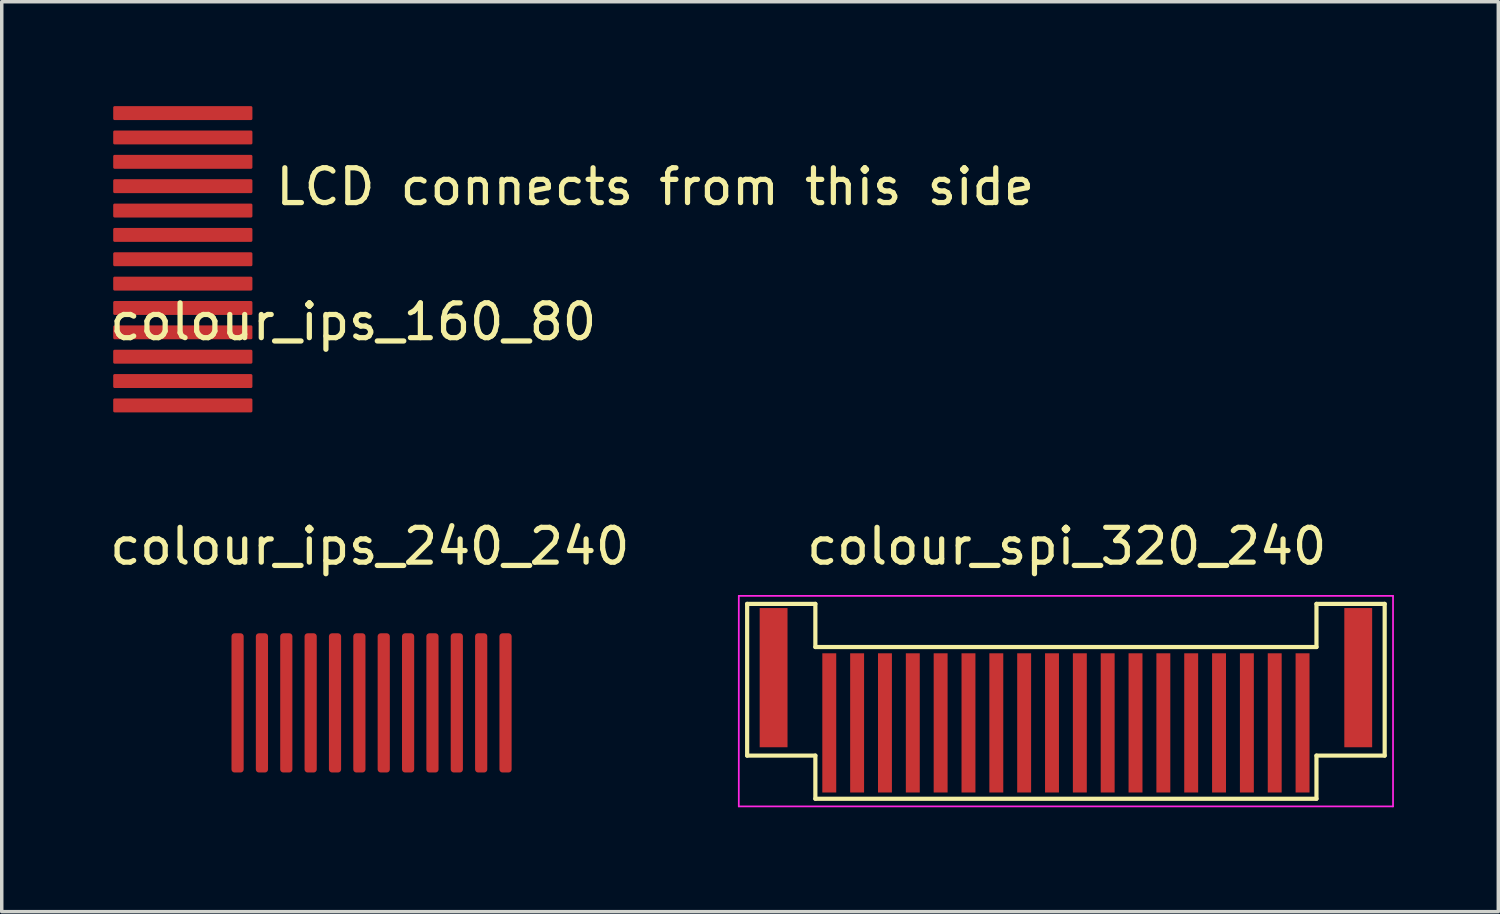
<source format=kicad_pcb>
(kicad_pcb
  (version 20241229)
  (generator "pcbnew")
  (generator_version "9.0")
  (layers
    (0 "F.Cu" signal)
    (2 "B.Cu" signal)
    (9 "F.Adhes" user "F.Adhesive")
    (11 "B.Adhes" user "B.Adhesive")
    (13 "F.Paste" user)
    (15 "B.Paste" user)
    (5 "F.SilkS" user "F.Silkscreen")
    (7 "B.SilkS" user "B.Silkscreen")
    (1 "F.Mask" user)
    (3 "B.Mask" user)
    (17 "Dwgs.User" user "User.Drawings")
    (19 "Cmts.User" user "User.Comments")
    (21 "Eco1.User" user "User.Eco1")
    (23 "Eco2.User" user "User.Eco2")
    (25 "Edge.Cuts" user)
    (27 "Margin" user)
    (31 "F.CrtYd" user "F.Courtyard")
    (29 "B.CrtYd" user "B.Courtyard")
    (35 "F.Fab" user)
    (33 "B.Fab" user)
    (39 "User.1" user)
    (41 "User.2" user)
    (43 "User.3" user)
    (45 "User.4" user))
  (footprint "colour_ips_240_240"
    (layer "F.Cu")
    (at 7.577 15.148)
    (property "Reference" "colour_ips_240_240" (at 0 -2.5 0) (layer "F.SilkS") (effects (font (size 1 1) (thickness 0.15))))
    (attr through_hole)
    (pad "1" smd roundrect (at -3.8 2) (size 0.35 4) (layers "F.Cu" "F.Mask" "F.Paste") (roundrect_rratio 0.25))
    (pad "2" smd roundrect (at -3.1 2) (size 0.35 4) (layers "F.Cu" "F.Mask" "F.Paste") (roundrect_rratio 0.25))
    (pad "3" smd roundrect (at -2.4 2) (size 0.35 4) (layers "F.Cu" "F.Mask" "F.Paste") (roundrect_rratio 0.25))
    (pad "4" smd roundrect (at -1.7 2) (size 0.35 4) (layers "F.Cu" "F.Mask" "F.Paste") (roundrect_rratio 0.25))
    (pad "5" smd roundrect (at -1 2) (size 0.35 4) (layers "F.Cu" "F.Mask" "F.Paste") (roundrect_rratio 0.25))
    (pad "6" smd roundrect (at -0.3 2) (size 0.35 4) (layers "F.Cu" "F.Mask" "F.Paste") (roundrect_rratio 0.25))
    (pad "7" smd roundrect (at 0.4 2) (size 0.35 4) (layers "F.Cu" "F.Mask" "F.Paste") (roundrect_rratio 0.25))
    (pad "8" smd roundrect (at 1.1 2) (size 0.35 4) (layers "F.Cu" "F.Mask" "F.Paste") (roundrect_rratio 0.25))
    (pad "9" smd roundrect (at 1.8 2) (size 0.35 4) (layers "F.Cu" "F.Mask" "F.Paste") (roundrect_rratio 0.25))
    (pad "10" smd roundrect (at 2.5 2) (size 0.35 4) (layers "F.Cu" "F.Mask" "F.Paste") (roundrect_rratio 0.25))
    (pad "11" smd roundrect (at 3.2 2) (size 0.35 4) (layers "F.Cu" "F.Mask" "F.Paste") (roundrect_rratio 0.25))
    (pad "12" smd roundrect (at 3.9 2) (size 0.35 4) (layers "F.Cu" "F.Mask" "F.Paste") (roundrect_rratio 0.25)))
  (footprint "colour_spi_320_240"
    (layer "F.Cu")
    (at 27.58 16.398)
    (property "Reference" "colour_spi_320_240" (at 0.025 -3.75 180) (layer "F.SilkS") (effects (font (size 1 1) (thickness 0.15))))
    (attr smd)
    (fp_line (start -9.16 -2.095) (end -9.16 2.265) (stroke (width 0.12) (type solid)) (layer "F.SilkS"))
    (fp_line (start -9.16 2.265) (end -7.2 2.265) (stroke (width 0.12) (type solid)) (layer "F.SilkS"))
    (fp_line (start -7.2 -2.095) (end -9.16 -2.095) (stroke (width 0.12) (type solid)) (layer "F.SilkS"))
    (fp_line (start -7.2 -0.855) (end -7.2 -2.095) (stroke (width 0.12) (type solid)) (layer "F.SilkS"))
    (fp_line (start -7.2 2.265) (end -7.2 3.505) (stroke (width 0.12) (type solid)) (layer "F.SilkS"))
    (fp_line (start 7.2 -2.095) (end 9.16 -2.095) (stroke (width 0.12) (type solid)) (layer "F.SilkS"))
    (fp_line (start 7.2 -0.855) (end -7.2 -0.855) (stroke (width 0.12) (type solid)) (layer "F.SilkS"))
    (fp_line (start 7.2 -0.855) (end 7.2 -2.095) (stroke (width 0.12) (type solid)) (layer "F.SilkS"))
    (fp_line (start 7.2 2.265) (end 7.2 3.505) (stroke (width 0.12) (type solid)) (layer "F.SilkS"))
    (fp_line (start 7.2 3.505) (end -7.2 3.505) (stroke (width 0.12) (type solid)) (layer "F.SilkS"))
    (fp_line (start 9.16 -2.095) (end 9.16 2.265) (stroke (width 0.12) (type solid)) (layer "F.SilkS"))
    (fp_line (start 9.16 2.265) (end 7.2 2.265) (stroke (width 0.12) (type solid)) (layer "F.SilkS"))
    (fp_line (start -9.4 3.725) (end -9.4 -2.325) (stroke (width 0.05) (type solid)) (layer "F.CrtYd"))
    (fp_line (start 9.4 -2.325) (end -9.4 -2.325) (stroke (width 0.05) (type solid)) (layer "F.CrtYd"))
    (fp_line (start 9.4 3.725) (end -9.4 3.725) (stroke (width 0.05) (type solid)) (layer "F.CrtYd"))
    (fp_line (start 9.4 3.725) (end 9.4 -2.325) (stroke (width 0.05) (type solid)) (layer "F.CrtYd"))
    (pad "0" smd rect (at -8.4 0.025 180) (size 0.8 4) (layers "F.Cu" "F.Mask" "F.Paste"))
    (pad "0" smd rect (at 8.4 0.025 180) (size 0.8 4) (layers "F.Cu" "F.Mask" "F.Paste"))
    (pad "1" smd rect (at -6.8 1.325 180) (size 0.4 4) (layers "F.Cu" "F.Mask" "F.Paste"))
    (pad "2" smd rect (at -6 1.325 180) (size 0.4 4) (layers "F.Cu" "F.Mask" "F.Paste"))
    (pad "3" smd rect (at -5.2 1.325 180) (size 0.4 4) (layers "F.Cu" "F.Mask" "F.Paste"))
    (pad "4" smd rect (at -4.4 1.325 180) (size 0.4 4) (layers "F.Cu" "F.Mask" "F.Paste"))
    (pad "5" smd rect (at -3.6 1.325 180) (size 0.4 4) (layers "F.Cu" "F.Mask" "F.Paste"))
    (pad "6" smd rect (at -2.8 1.325 180) (size 0.4 4) (layers "F.Cu" "F.Mask" "F.Paste"))
    (pad "7" smd rect (at -2 1.325 180) (size 0.4 4) (layers "F.Cu" "F.Mask" "F.Paste"))
    (pad "8" smd rect (at -1.2 1.325 180) (size 0.4 4) (layers "F.Cu" "F.Mask" "F.Paste"))
    (pad "9" smd rect (at -0.4 1.325 180) (size 0.4 4) (layers "F.Cu" "F.Mask" "F.Paste"))
    (pad "10" smd rect (at 0.4 1.325 180) (size 0.4 4) (layers "F.Cu" "F.Mask" "F.Paste"))
    (pad "11" smd rect (at 1.2 1.325 180) (size 0.4 4) (layers "F.Cu" "F.Mask" "F.Paste"))
    (pad "12" smd rect (at 2 1.325 180) (size 0.4 4) (layers "F.Cu" "F.Mask" "F.Paste"))
    (pad "13" smd rect (at 2.8 1.325 180) (size 0.4 4) (layers "F.Cu" "F.Mask" "F.Paste"))
    (pad "14" smd rect (at 3.6 1.325 180) (size 0.4 4) (layers "F.Cu" "F.Mask" "F.Paste"))
    (pad "15" smd rect (at 4.4 1.325 180) (size 0.4 4) (layers "F.Cu" "F.Mask" "F.Paste"))
    (pad "16" smd rect (at 5.2 1.325 180) (size 0.4 4) (layers "F.Cu" "F.Mask" "F.Paste"))
    (pad "17" smd rect (at 6 1.325 180) (size 0.4 4) (layers "F.Cu" "F.Mask" "F.Paste"))
    (pad "18" smd rect (at 6.8 1.325 180) (size 0.4 4) (layers "F.Cu" "F.Mask" "F.Paste")))
  (footprint "colour_ips_160_80"
    (layer "F.Cu")
    (at 2.201 4.398)
    (property "Reference" "colour_ips_160_80" (at 4.9 1.8 0) (layer "F.SilkS") (effects (font (size 1 1) (thickness 0.15))))
    (attr through_hole)
    (fp_text user "LCD connects from this side" (at 13.577 -2.082 0) (layer "F.SilkS") (effects (font (size 1 1) (thickness 0.15))))
    (pad "1" connect roundrect (at 0.002 4.202 270) (size 0.4 4) (layers "F.Cu" "F.Mask") (roundrect_rratio 0.1))
    (pad "2" connect roundrect (at 0.002 3.502 270) (size 0.4 4) (layers "F.Cu" "F.Mask") (roundrect_rratio 0.1))
    (pad "3" connect roundrect (at 0.002 2.802 270) (size 0.4 4) (layers "F.Cu" "F.Mask") (roundrect_rratio 0.1))
    (pad "4" connect roundrect (at 0.002 2.102 270) (size 0.4 4) (layers "F.Cu" "F.Mask") (roundrect_rratio 0.1))
    (pad "5" connect roundrect (at 0.002 1.402 270) (size 0.4 4) (layers "F.Cu" "F.Mask") (roundrect_rratio 0.1))
    (pad "6" connect roundrect (at 0.002 0.702 270) (size 0.4 4) (layers "F.Cu" "F.Mask") (roundrect_rratio 0.1))
    (pad "7" connect roundrect (at 0.002 0.002 270) (size 0.4 4) (layers "F.Cu" "F.Mask") (roundrect_rratio 0.1))
    (pad "8" connect roundrect (at 0.002 -0.698 270) (size 0.4 4) (layers "F.Cu" "F.Mask") (roundrect_rratio 0.1))
    (pad "9" connect roundrect (at 0.002 -1.398 270) (size 0.4 4) (layers "F.Cu" "F.Mask") (roundrect_rratio 0.1))
    (pad "10" connect roundrect (at 0.002 -2.098 270) (size 0.4 4) (layers "F.Cu" "F.Mask") (roundrect_rratio 0.1))
    (pad "11" connect roundrect (at 0.002 -2.798 270) (size 0.4 4) (layers "F.Cu" "F.Mask") (roundrect_rratio 0.1))
    (pad "12" connect roundrect (at 0.002 -3.498 270) (size 0.4 4) (layers "F.Cu" "F.Mask") (roundrect_rratio 0.1))
    (pad "13" connect roundrect (at 0.002 -4.198 270) (size 0.4 4) (layers "F.Cu" "F.Mask") (roundrect_rratio 0.1)))
  (gr_rect
    (start -3 -3)
    (end 40.005 23.148)
    (stroke (width 0.1) (type default))
    (fill no)
    (layer "Edge.Cuts")))
</source>
